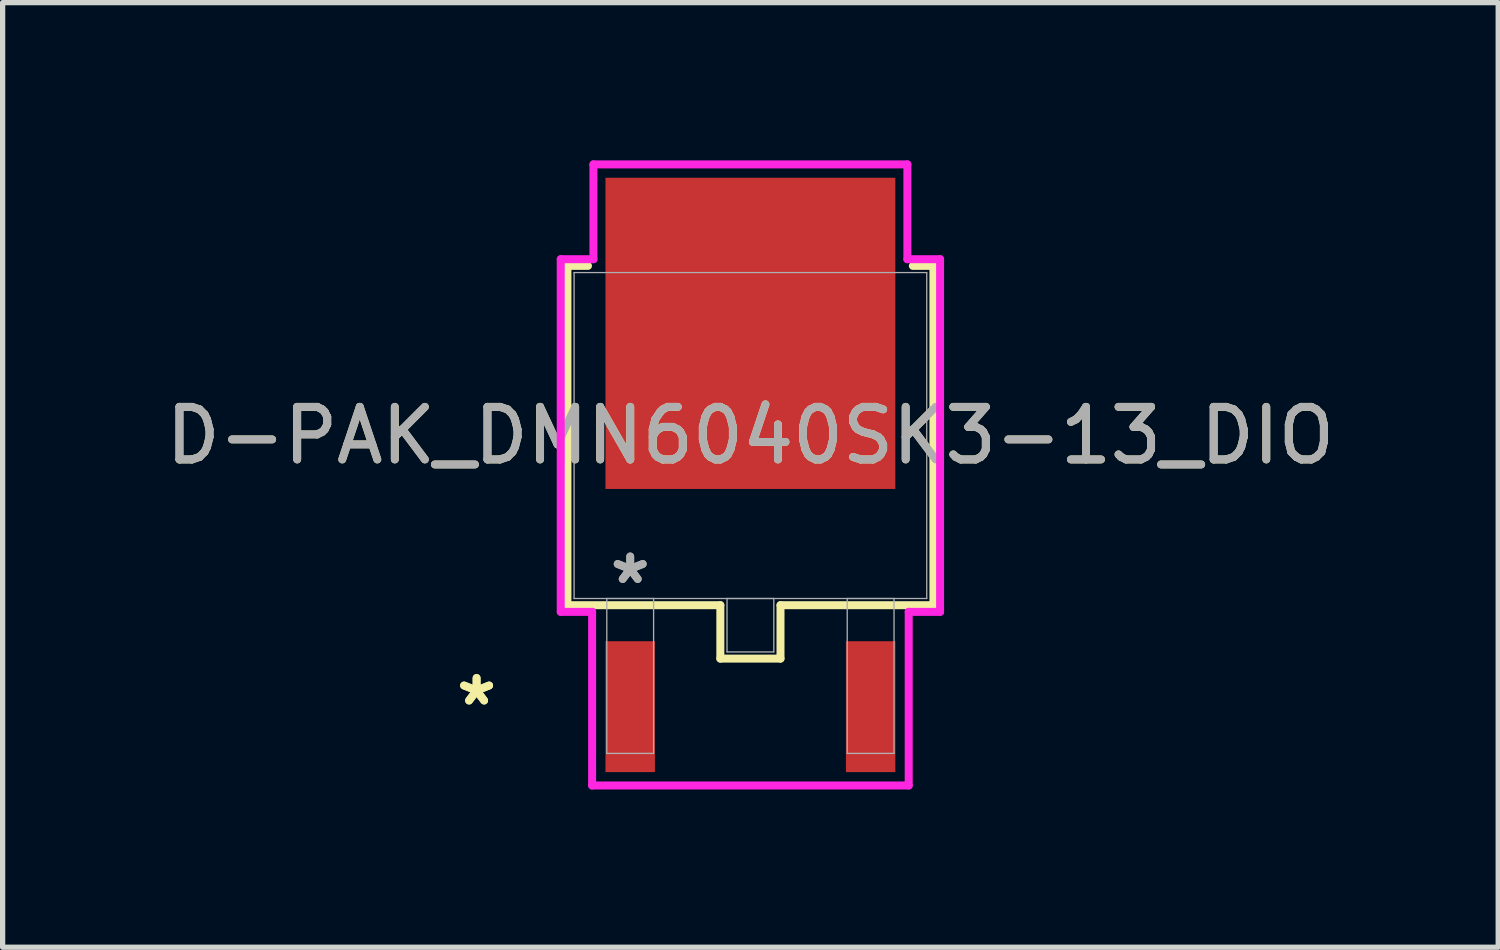
<source format=kicad_pcb>
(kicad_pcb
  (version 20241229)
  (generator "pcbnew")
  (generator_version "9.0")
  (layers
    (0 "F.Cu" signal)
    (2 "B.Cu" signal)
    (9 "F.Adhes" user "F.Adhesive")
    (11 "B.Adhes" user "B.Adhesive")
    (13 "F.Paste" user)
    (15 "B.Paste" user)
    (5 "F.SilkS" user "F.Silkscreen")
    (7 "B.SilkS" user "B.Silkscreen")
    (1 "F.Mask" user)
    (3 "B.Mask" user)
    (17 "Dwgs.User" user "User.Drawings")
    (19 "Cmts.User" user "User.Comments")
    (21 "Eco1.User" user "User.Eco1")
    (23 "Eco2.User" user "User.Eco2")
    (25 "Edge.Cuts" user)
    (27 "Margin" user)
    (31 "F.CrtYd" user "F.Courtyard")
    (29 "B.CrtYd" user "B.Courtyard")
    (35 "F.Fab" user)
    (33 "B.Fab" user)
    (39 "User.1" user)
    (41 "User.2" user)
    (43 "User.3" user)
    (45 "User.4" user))
  (footprint "D-PAK_DMN6040SK3-13_DIO"
    (layer "F.Cu")
    (at 11.22 5.232)
    (property "Reference" "D-PAK_DMN6040SK3-13_DIO" (at 0 0 0) (unlocked yes) (layer "F.SilkS") (effects (font (size 1 1) (thickness 0.15))))
    (attr smd)
    (fp_line (start -3.48 -3.226) (end -3.48 3.226) (stroke (width 0.152) (type solid)) (layer "F.SilkS"))
    (fp_line (start -3.48 3.226) (end -0.572 3.226) (stroke (width 0.152) (type solid)) (layer "F.SilkS"))
    (fp_line (start -3.089 -3.226) (end -3.48 -3.226) (stroke (width 0.152) (type solid)) (layer "F.SilkS"))
    (fp_line (start -0.572 3.226) (end -0.572 4.242) (stroke (width 0.152) (type solid)) (layer "F.SilkS"))
    (fp_line (start -0.572 4.242) (end 0.572 4.242) (stroke (width 0.152) (type solid)) (layer "F.SilkS"))
    (fp_line (start 0.572 3.226) (end 3.48 3.226) (stroke (width 0.152) (type solid)) (layer "F.SilkS"))
    (fp_line (start 0.572 4.242) (end 0.572 3.226) (stroke (width 0.152) (type solid)) (layer "F.SilkS"))
    (fp_line (start 3.48 -3.226) (end 3.089 -3.226) (stroke (width 0.152) (type solid)) (layer "F.SilkS"))
    (fp_line (start 3.48 3.226) (end 3.48 -3.226) (stroke (width 0.152) (type solid)) (layer "F.SilkS"))
    (fp_line (start -3.607 -3.353) (end -2.985 -3.353) (stroke (width 0.152) (type solid)) (layer "F.CrtYd"))
    (fp_line (start -3.607 3.353) (end -3.607 -3.353) (stroke (width 0.152) (type solid)) (layer "F.CrtYd"))
    (fp_line (start -3.01 3.353) (end -3.607 3.353) (stroke (width 0.152) (type solid)) (layer "F.CrtYd"))
    (fp_line (start -3.01 6.655) (end -3.01 3.353) (stroke (width 0.152) (type solid)) (layer "F.CrtYd"))
    (fp_line (start -2.985 -5.156) (end 2.985 -5.156) (stroke (width 0.152) (type solid)) (layer "F.CrtYd"))
    (fp_line (start -2.985 -3.353) (end -2.985 -5.156) (stroke (width 0.152) (type solid)) (layer "F.CrtYd"))
    (fp_line (start 2.985 -5.156) (end 2.985 -3.353) (stroke (width 0.152) (type solid)) (layer "F.CrtYd"))
    (fp_line (start 2.985 -3.353) (end 3.607 -3.353) (stroke (width 0.152) (type solid)) (layer "F.CrtYd"))
    (fp_line (start 3.01 3.353) (end 3.01 6.655) (stroke (width 0.152) (type solid)) (layer "F.CrtYd"))
    (fp_line (start 3.01 6.655) (end -3.01 6.655) (stroke (width 0.152) (type solid)) (layer "F.CrtYd"))
    (fp_line (start 3.607 -3.353) (end 3.607 3.353) (stroke (width 0.152) (type solid)) (layer "F.CrtYd"))
    (fp_line (start 3.607 3.353) (end 3.01 3.353) (stroke (width 0.152) (type solid)) (layer "F.CrtYd"))
    (fp_line (start -3.353 -3.099) (end -3.353 3.099) (stroke (width 0.025) (type solid)) (layer "F.Fab"))
    (fp_line (start -3.353 3.099) (end 3.353 3.099) (stroke (width 0.025) (type solid)) (layer "F.Fab"))
    (fp_line (start -2.731 3.099) (end -2.731 6.045) (stroke (width 0.025) (type solid)) (layer "F.Fab"))
    (fp_line (start -2.731 6.045) (end -1.841 6.045) (stroke (width 0.025) (type solid)) (layer "F.Fab"))
    (fp_line (start -1.841 3.099) (end -2.731 3.099) (stroke (width 0.025) (type solid)) (layer "F.Fab"))
    (fp_line (start -1.841 6.045) (end -1.841 3.099) (stroke (width 0.025) (type solid)) (layer "F.Fab"))
    (fp_line (start -0.445 3.099) (end -0.445 4.115) (stroke (width 0.025) (type solid)) (layer "F.Fab"))
    (fp_line (start -0.445 4.115) (end 0.445 4.115) (stroke (width 0.025) (type solid)) (layer "F.Fab"))
    (fp_line (start 0.445 3.099) (end -0.445 3.099) (stroke (width 0.025) (type solid)) (layer "F.Fab"))
    (fp_line (start 0.445 4.115) (end 0.445 3.099) (stroke (width 0.025) (type solid)) (layer "F.Fab"))
    (fp_line (start 1.841 3.099) (end 1.841 6.045) (stroke (width 0.025) (type solid)) (layer "F.Fab"))
    (fp_line (start 1.841 6.045) (end 2.731 6.045) (stroke (width 0.025) (type solid)) (layer "F.Fab"))
    (fp_line (start 2.731 3.099) (end 1.841 3.099) (stroke (width 0.025) (type solid)) (layer "F.Fab"))
    (fp_line (start 2.731 6.045) (end 2.731 3.099) (stroke (width 0.025) (type solid)) (layer "F.Fab"))
    (fp_line (start 3.353 -3.099) (end -3.353 -3.099) (stroke (width 0.025) (type solid)) (layer "F.Fab"))
    (fp_line (start 3.353 3.099) (end 3.353 -3.099) (stroke (width 0.025) (type solid)) (layer "F.Fab"))
    (fp_text user "*" (at -5.207 5.156 0) (layer "F.SilkS") (effects (font (size 1 1) (thickness 0.15))))
    (fp_text user "*" (at -5.207 5.156 0) (unlocked yes) (layer "F.SilkS") (effects (font (size 1 1) (thickness 0.15))))
    (fp_text user "*" (at -2.286 2.845 0) (unlocked yes) (layer "F.Fab") (effects (font (size 1 1) (thickness 0.15))))
    (fp_text user "*" (at -2.286 2.845 0) (layer "F.Fab") (effects (font (size 1 1) (thickness 0.15))))
    (fp_text user "${REFERENCE}" (at 0 0 0) (unlocked yes) (layer "F.Fab") (effects (font (size 1 1) (thickness 0.15))))
    (pad "1" smd rect (at -2.286 5.156) (size 0.94 2.489) (layers "F.Cu" "F.Mask" "F.Paste"))
    (pad "2" smd rect (at 2.286 5.156) (size 0.94 2.489) (layers "F.Cu" "F.Mask" "F.Paste"))
    (pad "3" smd rect (at 0 -1.943) (size 5.512 5.918) (layers "F.Cu" "F.Mask" "F.Paste")))
  (gr_rect
    (start -3 -3)
    (end 25.44 14.963)
    (stroke (width 0.1) (type default))
    (fill no)
    (layer "Edge.Cuts")))
</source>
